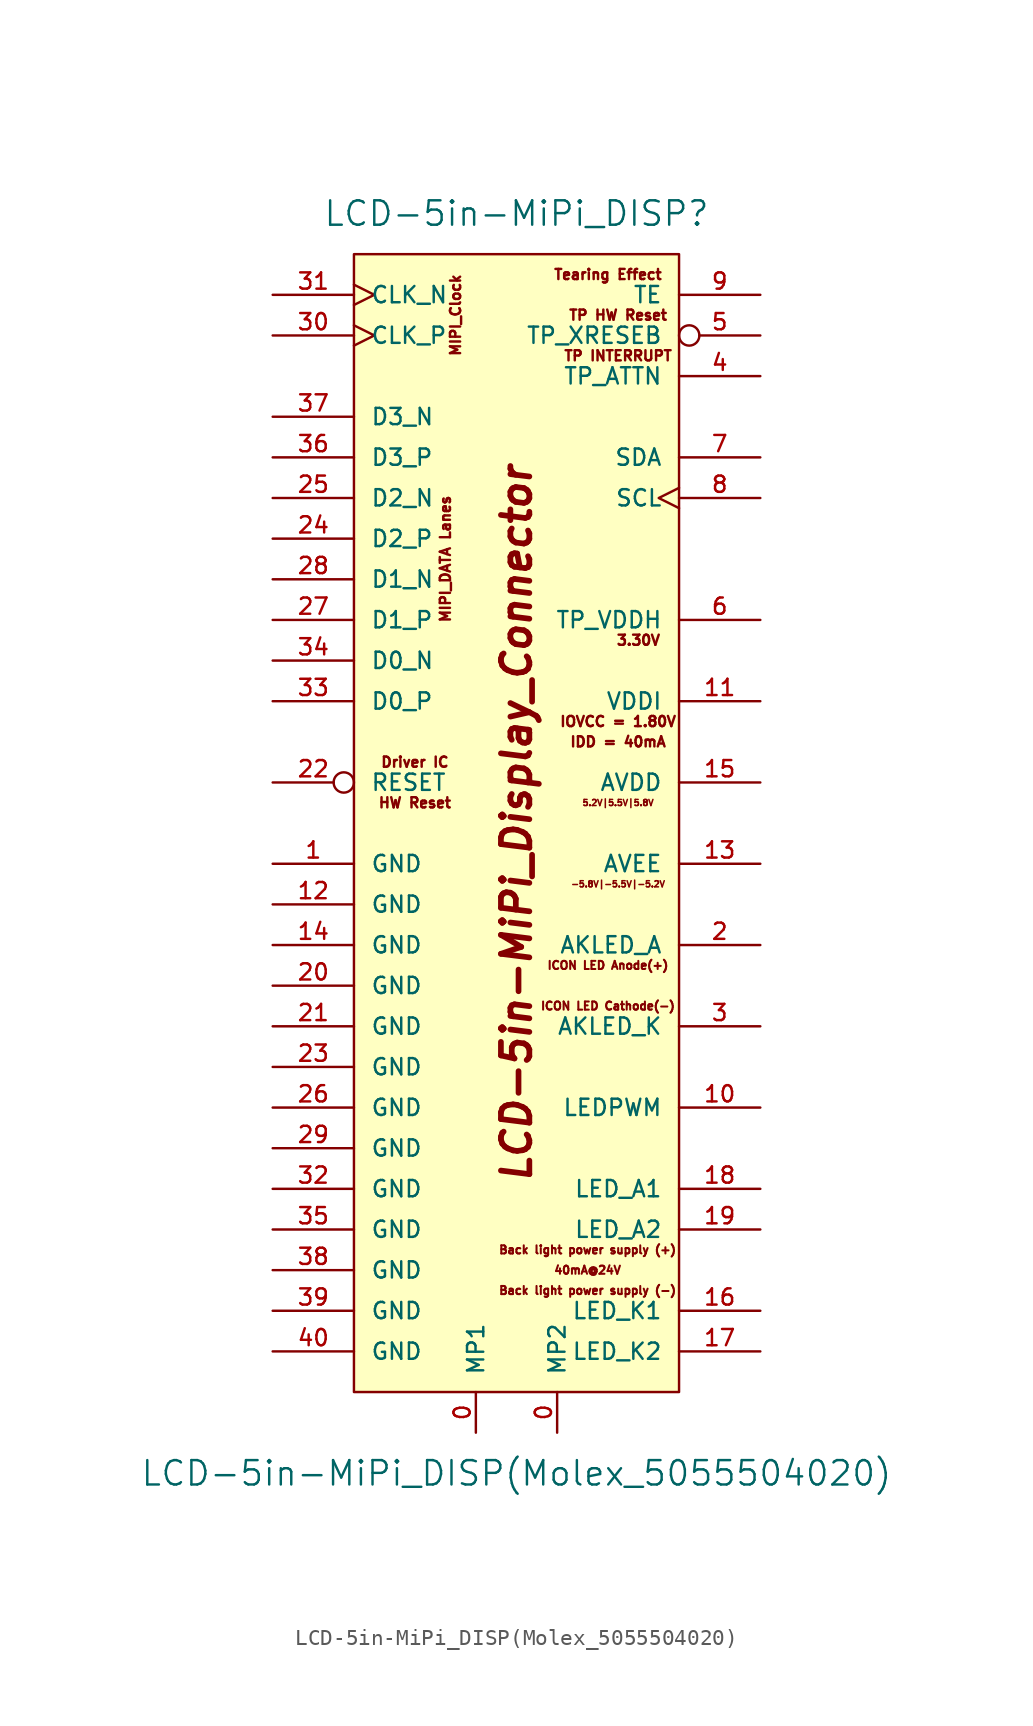
<source format=kicad_sym>
(kicad_symbol_lib
  (version 20220914)
  (generator kicad_symbol_editor)
  (symbol "LCD-5in-MiPi_DISP(Molex_5055504020)"
    (pin_names
      (offset 1.016))
    (property "Reference" "LCD-5in-MiPi_DISP"
      (at 0 38.1 0)
      (effects (font (size 1.524 1.524))))
    (property "Value" "LCD-5in-MiPi_DISP(Molex_5055504020)"
      (at 0 -40.64 0)
      (effects (font (size 1.524 1.524))))
    (symbol "LCD-5in-MiPi_DISP(Molex_5055504020)_0_0"
      (text "-5.8V|-5.5V|-5.2V" (at 6.35 -3.81 0) (effects (font (size 0.381 0.381))))
      (text "3.30V" (at 7.62 11.43 0) (effects (font (size 0.635 0.635))))
      (text "40mA@24V" (at 4.445 -27.94 0) (effects (font (size 0.508 0.508))))
      (text "5.2V|5.5V|5.8V" (at 6.35 1.27 0) (effects (font (size 0.381 0.381))))
      (text "Back light power supply (+)" (at 4.445 -26.67 0) (effects (font (size 0.508 0.508))))
      (text "Back light power supply (-)" (at 4.445 -29.21 0) (effects (font (size 0.508 0.508))))
      (text "Driver IC" (at -6.35 3.81 0) (effects (font (size 0.635 0.635))))
      (text "HW Reset" (at -6.35 1.27 0) (effects (font (size 0.635 0.635))))
      (text "ICON LED Anode(+)" (at 5.715 -8.89 0) (effects (font (size 0.508 0.508))))
      (text "ICON LED Cathode(-)" (at 5.715 -11.43 0) (effects (font (size 0.508 0.508))))
      (text "IDD = 40mA" (at 6.35 5.08 0) (effects (font (size 0.635 0.635))))
      (text "IOVCC = 1.80V" (at 6.35 6.35 0) (effects (font (size 0.635 0.635))))
      (text "MIPI_Clock" (at -3.81 31.75 900) (effects (font (size 0.635 0.635))))
      (text "MIPI_DATA Lanes" (at -4.445 16.51 900) (effects (font (size 0.635 0.635))))
      (text "Tearing Effect" (at 5.715 34.29 0) (effects (font (size 0.635 0.635))))
      (text "TP HW Reset" (at 6.35 31.75 0) (effects (font (size 0.635 0.635))))
      (text "TP INTERRUPT" (at 6.35 29.21 0) (effects (font (size 0.635 0.635)))))
    (symbol "LCD-5in-MiPi_DISP(Molex_5055504020)_0_1"
      (pin passive line (at -2.54 -38.1 90) (length 2.54) (name "MP1" (effects (font (size 1.016 1.016)))) (number "0" (effects (font (size 1.016 1.016)))))
      (pin passive line (at 2.54 -38.1 90) (length 2.54) (name "MP2" (effects (font (size 1.016 1.016)))) (number "0" (effects (font (size 1.016 1.016))))))
    (symbol "LCD-5in-MiPi_DISP(Molex_5055504020)_1_0"
      (text "LCD-5in-MiPi_Display_Connector" (at 0 0 900) (effects (font (size 1.778 1.778) bold italic))))
    (symbol "LCD-5in-MiPi_DISP(Molex_5055504020)_1_1"
      (rectangle (start -10.16 35.56) (end 10.16 -35.56) (stroke (width 0) (type solid)) (fill (type background)))
      (pin power_in line (at -15.24 -2.54 0) (length 5.08) (name "GND" (effects (font (size 1.016 1.016)))) (number "1" (effects (font (size 1.016 1.016)))))
      (pin input line (at 15.24 -17.78 180) (length 5.08) (name "LEDPWM" (effects (font (size 1.016 1.016)))) (number "10" (effects (font (size 1.016 1.016)))))
      (pin power_in line (at 15.24 7.62 180) (length 5.08) (name "VDDI" (effects (font (size 1.016 1.016)))) (number "11" (effects (font (size 1.016 1.016)))))
      (pin power_in line (at -15.24 -5.08 0) (length 5.08) (name "GND" (effects (font (size 1.016 1.016)))) (number "12" (effects (font (size 1.016 1.016)))))
      (pin power_in line (at 15.24 -2.54 180) (length 5.08) (name "AVEE" (effects (font (size 1.016 1.016)))) (number "13" (effects (font (size 1.016 1.016)))))
      (pin power_in line (at -15.24 -7.62 0) (length 5.08) (name "GND" (effects (font (size 1.016 1.016)))) (number "14" (effects (font (size 1.016 1.016)))))
      (pin power_in line (at 15.24 2.54 180) (length 5.08) (name "AVDD" (effects (font (size 1.016 1.016)))) (number "15" (effects (font (size 1.016 1.016)))))
      (pin input line (at 15.24 -30.48 180) (length 5.08) (name "LED_K1" (effects (font (size 1.016 1.016)))) (number "16" (effects (font (size 1.016 1.016)))))
      (pin input line (at 15.24 -33.02 180) (length 5.08) (name "LED_K2" (effects (font (size 1.016 1.016)))) (number "17" (effects (font (size 1.016 1.016)))))
      (pin input line (at 15.24 -22.86 180) (length 5.08) (name "LED_A1" (effects (font (size 1.016 1.016)))) (number "18" (effects (font (size 1.016 1.016)))))
      (pin input line (at 15.24 -25.4 180) (length 5.08) (name "LED_A2" (effects (font (size 1.016 1.016)))) (number "19" (effects (font (size 1.016 1.016)))))
      (pin input line (at 15.24 -7.62 180) (length 5.08) (name "AKLED_A" (effects (font (size 1.016 1.016)))) (number "2" (effects (font (size 1.016 1.016)))))
      (pin power_in line (at -15.24 -10.16 0) (length 5.08) (name "GND" (effects (font (size 1.016 1.016)))) (number "20" (effects (font (size 1.016 1.016)))))
      (pin power_in line (at -15.24 -12.7 0) (length 5.08) (name "GND" (effects (font (size 1.016 1.016)))) (number "21" (effects (font (size 1.016 1.016)))))
      (pin input inverted (at -15.24 2.54 0) (length 5.08) (name "RESET" (effects (font (size 1.016 1.016)))) (number "22" (effects (font (size 1.016 1.016)))))
      (pin power_in line (at -15.24 -15.24 0) (length 5.08) (name "GND" (effects (font (size 1.016 1.016)))) (number "23" (effects (font (size 1.016 1.016)))))
      (pin input line (at -15.24 17.78 0) (length 5.08) (name "D2_P" (effects (font (size 1.016 1.016)))) (number "24" (effects (font (size 1.016 1.016)))))
      (pin input line (at -15.24 20.32 0) (length 5.08) (name "D2_N" (effects (font (size 1.016 1.016)))) (number "25" (effects (font (size 1.016 1.016)))))
      (pin power_in line (at -15.24 -17.78 0) (length 5.08) (name "GND" (effects (font (size 1.016 1.016)))) (number "26" (effects (font (size 1.016 1.016)))))
      (pin input line (at -15.24 12.7 0) (length 5.08) (name "D1_P" (effects (font (size 1.016 1.016)))) (number "27" (effects (font (size 1.016 1.016)))))
      (pin input line (at -15.24 15.24 0) (length 5.08) (name "D1_N" (effects (font (size 1.016 1.016)))) (number "28" (effects (font (size 1.016 1.016)))))
      (pin power_in line (at -15.24 -20.32 0) (length 5.08) (name "GND" (effects (font (size 1.016 1.016)))) (number "29" (effects (font (size 1.016 1.016)))))
      (pin input line (at 15.24 -12.7 180) (length 5.08) (name "AKLED_K" (effects (font (size 1.016 1.016)))) (number "3" (effects (font (size 1.016 1.016)))))
      (pin input clock (at -15.24 30.48 0) (length 5.08) (name "CLK_P" (effects (font (size 1.016 1.016)))) (number "30" (effects (font (size 1.016 1.016)))))
      (pin input clock (at -15.24 33.02 0) (length 5.08) (name "CLK_N" (effects (font (size 1.016 1.016)))) (number "31" (effects (font (size 1.016 1.016)))))
      (pin power_in line (at -15.24 -22.86 0) (length 5.08) (name "GND" (effects (font (size 1.016 1.016)))) (number "32" (effects (font (size 1.016 1.016)))))
      (pin input line (at -15.24 7.62 0) (length 5.08) (name "D0_P" (effects (font (size 1.016 1.016)))) (number "33" (effects (font (size 1.016 1.016)))))
      (pin input line (at -15.24 10.16 0) (length 5.08) (name "D0_N" (effects (font (size 1.016 1.016)))) (number "34" (effects (font (size 1.016 1.016)))))
      (pin power_in line (at -15.24 -25.4 0) (length 5.08) (name "GND" (effects (font (size 1.016 1.016)))) (number "35" (effects (font (size 1.016 1.016)))))
      (pin input line (at -15.24 22.86 0) (length 5.08) (name "D3_P" (effects (font (size 1.016 1.016)))) (number "36" (effects (font (size 1.016 1.016)))))
      (pin input line (at -15.24 25.4 0) (length 5.08) (name "D3_N" (effects (font (size 1.016 1.016)))) (number "37" (effects (font (size 1.016 1.016)))))
      (pin power_in line (at -15.24 -27.94 0) (length 5.08) (name "GND" (effects (font (size 1.016 1.016)))) (number "38" (effects (font (size 1.016 1.016)))))
      (pin power_in line (at -15.24 -30.48 0) (length 5.08) (name "GND" (effects (font (size 1.016 1.016)))) (number "39" (effects (font (size 1.016 1.016)))))
      (pin output line (at 15.24 27.94 180) (length 5.08) (name "TP_ATTN" (effects (font (size 1.016 1.016)))) (number "4" (effects (font (size 1.016 1.016)))))
      (pin power_in line (at -15.24 -33.02 0) (length 5.08) (name "GND" (effects (font (size 1.016 1.016)))) (number "40" (effects (font (size 1.016 1.016)))))
      (pin input inverted (at 15.24 30.48 180) (length 5.08) (name "TP_XRESEB" (effects (font (size 1.016 1.016)))) (number "5" (effects (font (size 1.016 1.016)))))
      (pin power_in line (at 15.24 12.7 180) (length 5.08) (name "TP_VDDH" (effects (font (size 1.016 1.016)))) (number "6" (effects (font (size 1.016 1.016)))))
      (pin bidirectional line (at 15.24 22.86 180) (length 5.08) (name "SDA" (effects (font (size 1.016 1.016)))) (number "7" (effects (font (size 1.016 1.016)))))
      (pin input clock (at 15.24 20.32 180) (length 5.08) (name "SCL" (effects (font (size 1.016 1.016)))) (number "8" (effects (font (size 1.016 1.016)))))
      (pin output line (at 15.24 33.02 180) (length 5.08) (name "TE" (effects (font (size 1.016 1.016)))) (number "9" (effects (font (size 1.016 1.016))))))))
</source>
